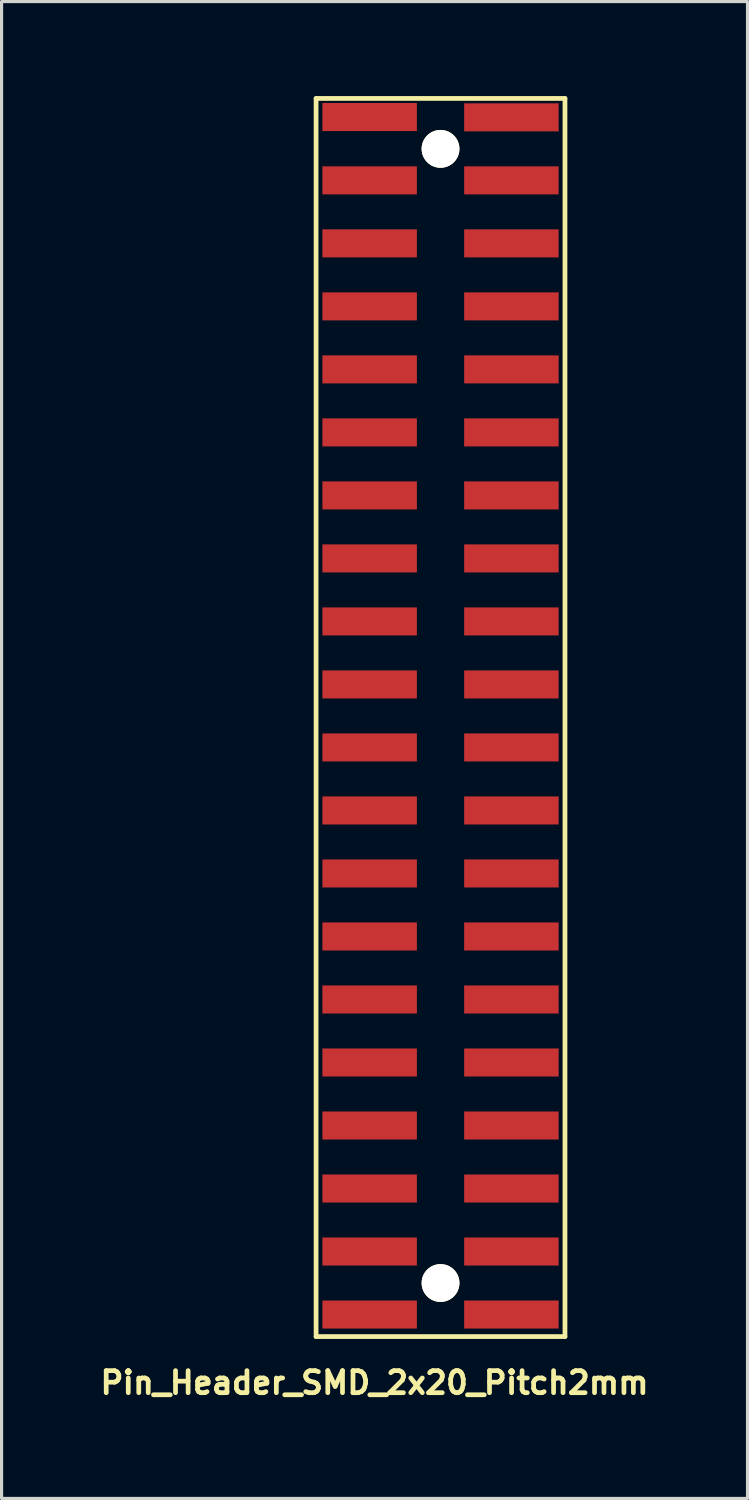
<source format=kicad_pcb>
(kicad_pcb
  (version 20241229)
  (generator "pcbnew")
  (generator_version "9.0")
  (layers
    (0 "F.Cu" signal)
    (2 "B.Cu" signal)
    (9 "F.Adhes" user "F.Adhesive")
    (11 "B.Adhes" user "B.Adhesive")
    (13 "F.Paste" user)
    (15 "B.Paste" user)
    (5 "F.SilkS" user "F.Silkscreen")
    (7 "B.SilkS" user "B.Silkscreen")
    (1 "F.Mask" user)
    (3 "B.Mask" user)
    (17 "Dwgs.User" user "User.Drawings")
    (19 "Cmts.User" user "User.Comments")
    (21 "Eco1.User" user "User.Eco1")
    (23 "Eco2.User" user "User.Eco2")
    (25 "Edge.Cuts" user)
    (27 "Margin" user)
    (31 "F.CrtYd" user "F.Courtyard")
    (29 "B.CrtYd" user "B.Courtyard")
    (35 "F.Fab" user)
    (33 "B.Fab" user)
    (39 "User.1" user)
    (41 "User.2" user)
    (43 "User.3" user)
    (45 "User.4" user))
  (footprint "Pin_Header_SMD_2x20_Pitch2mm"
    (layer "F.Cu")
    (at 11.933 0.675)
    (property "Reference" "Pin_Header_SMD_2x20_Pitch2mm" (at -3.095 40.165 0) (layer "F.SilkS") (effects (font (size 0.7 0.7) (thickness 0.15))))
    (attr smd)
    (fp_line (start -4.95 -0.6) (end -4.95 38.7) (stroke (width 0.15) (type solid)) (layer "F.SilkS"))
    (fp_line (start -4.95 -0.6) (end 2.95 -0.6) (stroke (width 0.15) (type solid)) (layer "F.SilkS"))
    (fp_line (start -4.95 38.7) (end 2.95 38.7) (stroke (width 0.15) (type solid)) (layer "F.SilkS"))
    (fp_line (start 2.95 -0.6) (end 2.95 38.7) (stroke (width 0.15) (type solid)) (layer "F.SilkS"))
    (pad "" np_thru_hole circle (at -1 1 270) (size 1.2 1.2) (drill 1.2) (layers "*.Cu" "*.Mask" "F.SilkS"))
    (pad "" np_thru_hole circle (at -1 37 270) (size 1.2 1.2) (drill 1.2) (layers "*.Cu" "*.Mask" "F.SilkS"))
    (pad "1" smd rect (at 1.25 0 270) (size 0.89 3) (layers "F.Cu" "F.Mask" "F.Paste"))
    (pad "2" smd rect (at -3.25 -0.01 270) (size 0.89 3) (layers "F.Cu" "F.Mask" "F.Paste"))
    (pad "3" smd rect (at 1.25 2 270) (size 0.89 3) (layers "F.Cu" "F.Mask" "F.Paste"))
    (pad "4" smd rect (at -3.25 2 270) (size 0.89 3) (layers "F.Cu" "F.Mask" "F.Paste"))
    (pad "5" smd rect (at 1.25 4 270) (size 0.89 3) (layers "F.Cu" "F.Mask" "F.Paste"))
    (pad "6" smd rect (at -3.25 4 270) (size 0.89 3) (layers "F.Cu" "F.Mask" "F.Paste"))
    (pad "7" smd rect (at 1.25 6 270) (size 0.89 3) (layers "F.Cu" "F.Mask" "F.Paste"))
    (pad "8" smd rect (at -3.25 6 270) (size 0.89 3) (layers "F.Cu" "F.Mask" "F.Paste"))
    (pad "9" smd rect (at 1.25 8 270) (size 0.89 3) (layers "F.Cu" "F.Mask" "F.Paste"))
    (pad "10" smd rect (at -3.25 8 270) (size 0.89 3) (layers "F.Cu" "F.Mask" "F.Paste"))
    (pad "11" smd rect (at 1.25 10 270) (size 0.89 3) (layers "F.Cu" "F.Mask" "F.Paste"))
    (pad "12" smd rect (at -3.25 10 270) (size 0.89 3) (layers "F.Cu" "F.Mask" "F.Paste"))
    (pad "13" smd rect (at 1.25 12 270) (size 0.89 3) (layers "F.Cu" "F.Mask" "F.Paste"))
    (pad "14" smd rect (at -3.25 12 270) (size 0.89 3) (layers "F.Cu" "F.Mask" "F.Paste"))
    (pad "15" smd rect (at 1.25 14 270) (size 0.89 3) (layers "F.Cu" "F.Mask" "F.Paste"))
    (pad "16" smd rect (at -3.25 14 270) (size 0.89 3) (layers "F.Cu" "F.Mask" "F.Paste"))
    (pad "17" smd rect (at 1.25 16 270) (size 0.89 3) (layers "F.Cu" "F.Mask" "F.Paste"))
    (pad "18" smd rect (at -3.25 16 270) (size 0.89 3) (layers "F.Cu" "F.Mask" "F.Paste"))
    (pad "19" smd rect (at 1.25 18 270) (size 0.89 3) (layers "F.Cu" "F.Mask" "F.Paste"))
    (pad "20" smd rect (at -3.25 18 270) (size 0.89 3) (layers "F.Cu" "F.Mask" "F.Paste"))
    (pad "21" smd rect (at 1.25 20 270) (size 0.89 3) (layers "F.Cu" "F.Mask" "F.Paste"))
    (pad "22" smd rect (at -3.25 20 270) (size 0.89 3) (layers "F.Cu" "F.Mask" "F.Paste"))
    (pad "23" smd rect (at 1.25 22 270) (size 0.89 3) (layers "F.Cu" "F.Mask" "F.Paste"))
    (pad "24" smd rect (at -3.25 22 270) (size 0.89 3) (layers "F.Cu" "F.Mask" "F.Paste"))
    (pad "25" smd rect (at 1.25 24 270) (size 0.89 3) (layers "F.Cu" "F.Mask" "F.Paste"))
    (pad "26" smd rect (at -3.25 24 270) (size 0.89 3) (layers "F.Cu" "F.Mask" "F.Paste"))
    (pad "27" smd rect (at 1.25 26 270) (size 0.89 3) (layers "F.Cu" "F.Mask" "F.Paste"))
    (pad "28" smd rect (at -3.25 26 270) (size 0.89 3) (layers "F.Cu" "F.Mask" "F.Paste"))
    (pad "29" smd rect (at 1.25 28 270) (size 0.89 3) (layers "F.Cu" "F.Mask" "F.Paste"))
    (pad "30" smd rect (at -3.25 28 270) (size 0.89 3) (layers "F.Cu" "F.Mask" "F.Paste"))
    (pad "31" smd rect (at 1.25 30 270) (size 0.89 3) (layers "F.Cu" "F.Mask" "F.Paste"))
    (pad "32" smd rect (at -3.25 30 270) (size 0.89 3) (layers "F.Cu" "F.Mask" "F.Paste"))
    (pad "33" smd rect (at 1.25 32 270) (size 0.89 3) (layers "F.Cu" "F.Mask" "F.Paste"))
    (pad "34" smd rect (at -3.25 32 270) (size 0.89 3) (layers "F.Cu" "F.Mask" "F.Paste"))
    (pad "35" smd rect (at 1.25 34 270) (size 0.89 3) (layers "F.Cu" "F.Mask" "F.Paste"))
    (pad "36" smd rect (at -3.25 34 270) (size 0.89 3) (layers "F.Cu" "F.Mask" "F.Paste"))
    (pad "37" smd rect (at 1.25 36 270) (size 0.89 3) (layers "F.Cu" "F.Mask" "F.Paste"))
    (pad "38" smd rect (at -3.25 36 270) (size 0.89 3) (layers "F.Cu" "F.Mask" "F.Paste"))
    (pad "39" smd rect (at 1.25 38 270) (size 0.89 3) (layers "F.Cu" "F.Mask" "F.Paste"))
    (pad "40" smd rect (at -3.25 38 270) (size 0.89 3) (layers "F.Cu" "F.Mask" "F.Paste")))
  (gr_rect
    (start -3 -3)
    (end 20.677 44.513)
    (stroke (width 0.1) (type default))
    (fill no)
    (layer "Edge.Cuts")))
</source>
